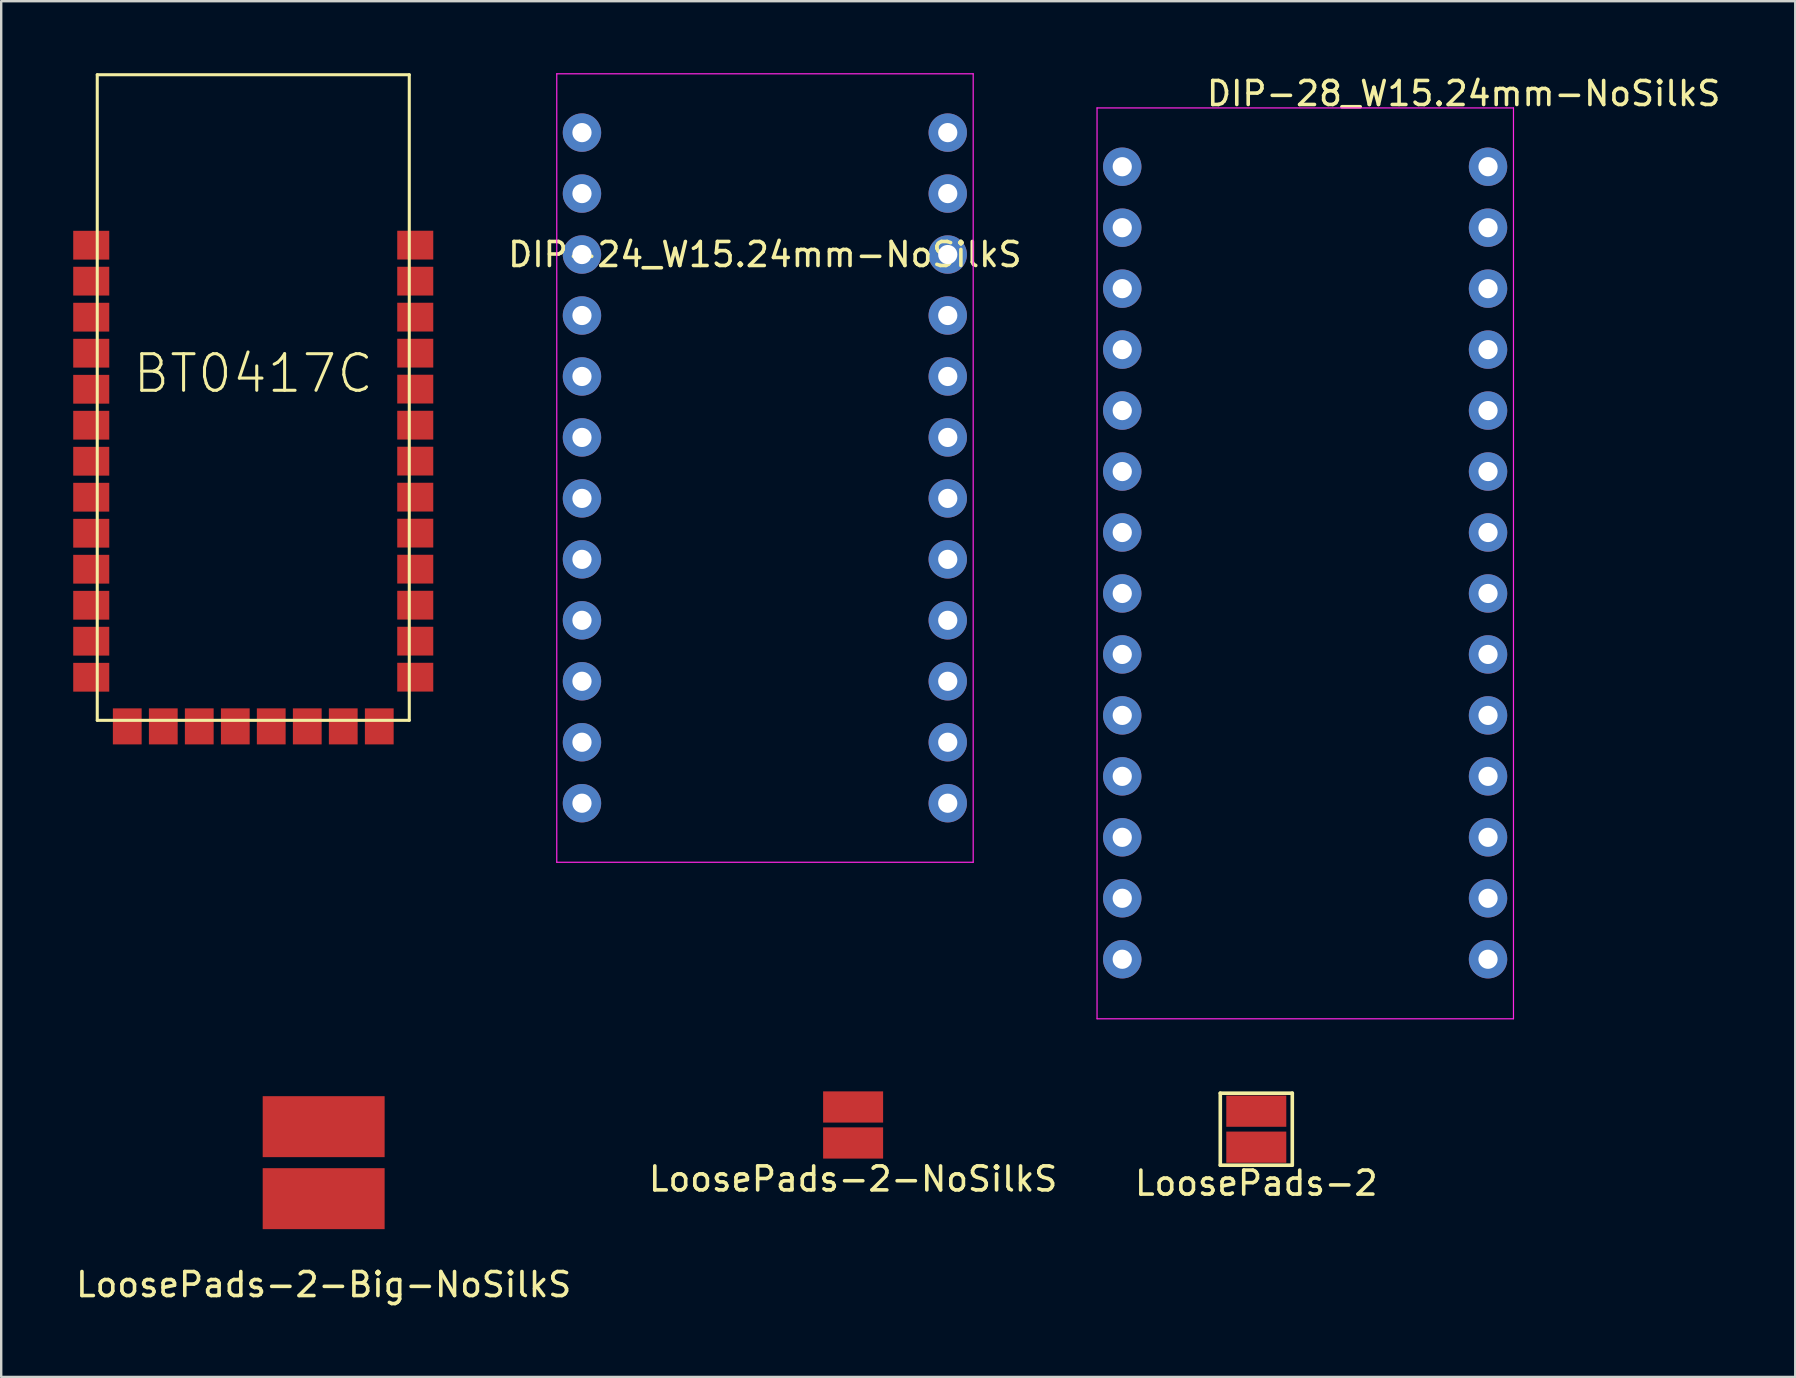
<source format=kicad_pcb>
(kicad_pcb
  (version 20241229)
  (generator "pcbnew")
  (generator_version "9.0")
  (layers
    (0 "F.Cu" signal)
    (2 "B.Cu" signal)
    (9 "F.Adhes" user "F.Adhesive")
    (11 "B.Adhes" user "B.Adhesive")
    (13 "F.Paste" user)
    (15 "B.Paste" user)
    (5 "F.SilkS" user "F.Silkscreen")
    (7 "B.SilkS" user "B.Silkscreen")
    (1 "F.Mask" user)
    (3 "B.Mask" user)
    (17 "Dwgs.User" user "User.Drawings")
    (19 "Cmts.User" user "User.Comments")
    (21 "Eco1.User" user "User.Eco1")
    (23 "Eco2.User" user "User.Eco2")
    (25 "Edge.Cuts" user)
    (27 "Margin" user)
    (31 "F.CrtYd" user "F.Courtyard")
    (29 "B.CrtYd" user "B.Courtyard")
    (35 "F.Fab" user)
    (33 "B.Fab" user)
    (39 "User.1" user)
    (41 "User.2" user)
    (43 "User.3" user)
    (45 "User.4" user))
  (footprint "LoosePads-2-Big-NoSilkS"
    (layer "F.Cu")
    (at 10.435 45.391)
    (property "Reference" "LoosePads-2-Big-NoSilkS" (at 0 5.08 0) (layer "F.SilkS") (effects (font (size 1 1) (thickness 0.15))))
    (attr through_hole)
    (pad "" smd rect (at 0 -1.6) (size 5.48 2.74) (layers "F.Mask"))
    (pad "" smd rect (at 0 1.6) (size 5.48 2.74) (layers "F.Mask"))
    (pad "1" smd rect (at 0 -1.5) (size 5.08 2.54) (layers "F.Cu" "F.Paste"))
    (pad "2" smd rect (at 0 1.5) (size 5.08 2.54) (layers "F.Cu" "F.Mask" "F.Paste")))
  (footprint "LoosePads-2-NoSilkS"
    (layer "F.Cu")
    (at 32.494 43.821)
    (property "Reference" "LoosePads-2-NoSilkS" (at 0 2.25 0) (layer "F.SilkS") (effects (font (size 1 1) (thickness 0.15))))
    (attr through_hole)
    (pad "1" smd rect (at 0 -0.75) (size 2.5 1.3) (layers "F.Cu" "F.Mask" "F.Paste"))
    (pad "2" smd rect (at 0 0.75) (size 2.5 1.3) (layers "F.Cu" "F.Mask" "F.Paste")))
  (footprint "BT0417C"
    (layer "F.Cu")
    (at 7.502 13.513)
    (property "Reference" "BT0417C" (at 0 -1.001 0) (layer "F.SilkS") (effects (font (size 1.524 1.524) (thickness 0.127))))
    (attr through_hole)
    (fp_line (start -6.5 -13.449) (end -6.5 13.449) (stroke (width 0.127) (type solid)) (layer "F.SilkS"))
    (fp_line (start -6.5 13.449) (end 6.5 13.449) (stroke (width 0.127) (type solid)) (layer "F.SilkS"))
    (fp_line (start 6.5 -13.449) (end -6.5 -13.449) (stroke (width 0.127) (type solid)) (layer "F.SilkS"))
    (fp_line (start 6.5 13.449) (end 6.5 -13.449) (stroke (width 0.127) (type solid)) (layer "F.SilkS"))
    (pad "1" smd rect (at -6.751 -6.347) (size 1.501 1.199) (layers "F.Cu" "F.Mask" "F.Paste"))
    (pad "2" smd rect (at -6.751 -4.849) (size 1.501 1.199) (layers "F.Cu" "F.Mask" "F.Paste"))
    (pad "3" smd rect (at -6.751 -3.348) (size 1.501 1.199) (layers "F.Cu" "F.Mask" "F.Paste"))
    (pad "4" smd rect (at -6.751 -1.847) (size 1.501 1.199) (layers "F.Cu" "F.Mask" "F.Paste"))
    (pad "5" smd rect (at -6.751 -0.345) (size 1.501 1.199) (layers "F.Cu" "F.Mask" "F.Paste"))
    (pad "6" smd rect (at -6.751 1.153) (size 1.501 1.199) (layers "F.Cu" "F.Mask" "F.Paste"))
    (pad "7" smd rect (at -6.751 2.654) (size 1.501 1.199) (layers "F.Cu" "F.Mask" "F.Paste"))
    (pad "8" smd rect (at -6.751 4.153) (size 1.501 1.199) (layers "F.Cu" "F.Mask" "F.Paste"))
    (pad "9" smd rect (at -6.751 5.654) (size 1.501 1.199) (layers "F.Cu" "F.Mask" "F.Paste"))
    (pad "10" smd rect (at -6.751 7.153) (size 1.501 1.199) (layers "F.Cu" "F.Mask" "F.Paste"))
    (pad "11" smd rect (at -6.751 8.654) (size 1.501 1.199) (layers "F.Cu" "F.Mask" "F.Paste"))
    (pad "12" smd rect (at -6.751 10.152) (size 1.501 1.199) (layers "F.Cu" "F.Mask" "F.Paste"))
    (pad "13" smd rect (at -6.751 11.654) (size 1.501 1.199) (layers "F.Cu" "F.Mask" "F.Paste"))
    (pad "14" smd rect (at -5.25 13.701 90) (size 1.501 1.199) (layers "F.Cu" "F.Mask" "F.Paste"))
    (pad "15" smd rect (at -3.749 13.701 90) (size 1.501 1.199) (layers "F.Cu" "F.Mask" "F.Paste"))
    (pad "16" smd rect (at -2.25 13.701 90) (size 1.501 1.199) (layers "F.Cu" "F.Mask" "F.Paste"))
    (pad "17" smd rect (at -0.749 13.701 90) (size 1.501 1.199) (layers "F.Cu" "F.Mask" "F.Paste"))
    (pad "18" smd rect (at 0.749 13.701 90) (size 1.501 1.199) (layers "F.Cu" "F.Mask" "F.Paste"))
    (pad "19" smd rect (at 2.25 13.701 90) (size 1.501 1.199) (layers "F.Cu" "F.Mask" "F.Paste"))
    (pad "20" smd rect (at 3.749 13.701 90) (size 1.501 1.199) (layers "F.Cu" "F.Mask" "F.Paste"))
    (pad "21" smd rect (at 5.25 13.701 90) (size 1.501 1.199) (layers "F.Cu" "F.Mask" "F.Paste"))
    (pad "22" smd rect (at 6.749 11.651) (size 1.501 1.199) (layers "F.Cu" "F.Mask" "F.Paste"))
    (pad "23" smd rect (at 6.749 10.15) (size 1.501 1.199) (layers "F.Cu" "F.Mask" "F.Paste"))
    (pad "24" smd rect (at 6.749 8.651) (size 1.501 1.199) (layers "F.Cu" "F.Mask" "F.Paste"))
    (pad "25" smd rect (at 6.749 7.15) (size 1.501 1.199) (layers "F.Cu" "F.Mask" "F.Paste"))
    (pad "26" smd rect (at 6.749 5.649) (size 1.501 1.199) (layers "F.Cu" "F.Mask" "F.Paste"))
    (pad "27" smd rect (at 6.749 4.15) (size 1.501 1.199) (layers "F.Cu" "F.Mask" "F.Paste"))
    (pad "28" smd rect (at 6.749 2.649) (size 1.501 1.199) (layers "F.Cu" "F.Mask" "F.Paste"))
    (pad "29" smd rect (at 6.749 1.151) (size 1.501 1.199) (layers "F.Cu" "F.Mask" "F.Paste"))
    (pad "30" smd rect (at 6.749 -0.351) (size 1.501 1.199) (layers "F.Cu" "F.Mask" "F.Paste"))
    (pad "31" smd rect (at 6.749 -1.849) (size 1.501 1.199) (layers "F.Cu" "F.Mask" "F.Paste"))
    (pad "32" smd rect (at 6.749 -3.35) (size 1.501 1.199) (layers "F.Cu" "F.Mask" "F.Paste"))
    (pad "33" smd rect (at 6.749 -4.849) (size 1.501 1.199) (layers "F.Cu" "F.Mask" "F.Paste"))
    (pad "34" smd rect (at 6.749 -6.35) (size 1.501 1.199) (layers "F.Cu" "F.Mask" "F.Paste")))
  (footprint "LoosePads-2"
    (layer "F.Cu")
    (at 49.292 43.996)
    (property "Reference" "LoosePads-2" (at 0 2.25 0) (layer "F.SilkS") (effects (font (size 1 1) (thickness 0.15))))
    (attr through_hole)
    (fp_line (start -1.5 -1.5) (end 1.5 -1.5) (stroke (width 0.15) (type solid)) (layer "F.SilkS"))
    (fp_line (start -1.5 1.5) (end -1.5 -1.5) (stroke (width 0.15) (type solid)) (layer "F.SilkS"))
    (fp_line (start 1.5 -1.5) (end 1.5 1.5) (stroke (width 0.15) (type solid)) (layer "F.SilkS"))
    (fp_line (start 1.5 1.5) (end -1.5 1.5) (stroke (width 0.15) (type solid)) (layer "F.SilkS"))
    (pad "1" smd rect (at 0 -0.75) (size 2.5 1.3) (layers "F.Cu" "F.Mask" "F.Paste"))
    (pad "2" smd rect (at 0 0.75) (size 2.5 1.3) (layers "F.Cu" "F.Mask" "F.Paste")))
  (footprint "DIP-24_W15.24mm-NoSilkS"
    (layer "F.Cu")
    (at 21.197 2.475)
    (property "Reference" "DIP-24_W15.24mm-NoSilkS" (at 7.62 5.08 0) (layer "F.SilkS") (effects (font (size 1 1) (thickness 0.15))))
    (attr through_hole)
    (fp_line (start -1.05 -2.45) (end -1.05 30.4) (stroke (width 0.05) (type solid)) (layer "F.CrtYd"))
    (fp_line (start -1.05 -2.45) (end 16.3 -2.45) (stroke (width 0.05) (type solid)) (layer "F.CrtYd"))
    (fp_line (start -1.05 30.4) (end 16.3 30.4) (stroke (width 0.05) (type solid)) (layer "F.CrtYd"))
    (fp_line (start 16.3 -2.45) (end 16.3 30.4) (stroke (width 0.05) (type solid)) (layer "F.CrtYd"))
    (pad "1" thru_hole oval (at 0 0) (size 1.6 1.6) (drill 0.8) (layers "*.Cu" "*.Mask"))
    (pad "2" thru_hole oval (at 0 2.54) (size 1.6 1.6) (drill 0.8) (layers "*.Cu" "*.Mask"))
    (pad "3" thru_hole oval (at 0 5.08) (size 1.6 1.6) (drill 0.8) (layers "*.Cu" "*.Mask"))
    (pad "4" thru_hole oval (at 0 7.62) (size 1.6 1.6) (drill 0.8) (layers "*.Cu" "*.Mask"))
    (pad "5" thru_hole oval (at 0 10.16) (size 1.6 1.6) (drill 0.8) (layers "*.Cu" "*.Mask"))
    (pad "6" thru_hole oval (at 0 12.7) (size 1.6 1.6) (drill 0.8) (layers "*.Cu" "*.Mask"))
    (pad "7" thru_hole oval (at 0 15.24) (size 1.6 1.6) (drill 0.8) (layers "*.Cu" "*.Mask"))
    (pad "8" thru_hole oval (at 0 17.78) (size 1.6 1.6) (drill 0.8) (layers "*.Cu" "*.Mask"))
    (pad "9" thru_hole oval (at 0 20.32) (size 1.6 1.6) (drill 0.8) (layers "*.Cu" "*.Mask"))
    (pad "10" thru_hole oval (at 0 22.86) (size 1.6 1.6) (drill 0.8) (layers "*.Cu" "*.Mask"))
    (pad "11" thru_hole oval (at 0 25.4) (size 1.6 1.6) (drill 0.8) (layers "*.Cu" "*.Mask"))
    (pad "12" thru_hole oval (at 0 27.94) (size 1.6 1.6) (drill 0.8) (layers "*.Cu" "*.Mask"))
    (pad "13" thru_hole oval (at 15.24 27.94) (size 1.6 1.6) (drill 0.8) (layers "*.Cu" "*.Mask"))
    (pad "14" thru_hole oval (at 15.24 25.4) (size 1.6 1.6) (drill 0.8) (layers "*.Cu" "*.Mask"))
    (pad "15" thru_hole oval (at 15.24 22.86) (size 1.6 1.6) (drill 0.8) (layers "*.Cu" "*.Mask"))
    (pad "16" thru_hole oval (at 15.24 20.32) (size 1.6 1.6) (drill 0.8) (layers "*.Cu" "*.Mask"))
    (pad "17" thru_hole oval (at 15.24 17.78) (size 1.6 1.6) (drill 0.8) (layers "*.Cu" "*.Mask"))
    (pad "18" thru_hole oval (at 15.24 15.24) (size 1.6 1.6) (drill 0.8) (layers "*.Cu" "*.Mask"))
    (pad "19" thru_hole oval (at 15.24 12.7) (size 1.6 1.6) (drill 0.8) (layers "*.Cu" "*.Mask"))
    (pad "20" thru_hole oval (at 15.24 10.16) (size 1.6 1.6) (drill 0.8) (layers "*.Cu" "*.Mask"))
    (pad "21" thru_hole oval (at 15.24 7.62) (size 1.6 1.6) (drill 0.8) (layers "*.Cu" "*.Mask"))
    (pad "22" thru_hole oval (at 15.24 5.08) (size 1.6 1.6) (drill 0.8) (layers "*.Cu" "*.Mask"))
    (pad "23" thru_hole oval (at 15.24 2.54) (size 1.6 1.6) (drill 0.8) (layers "*.Cu" "*.Mask"))
    (pad "24" thru_hole oval (at 15.24 0) (size 1.6 1.6) (drill 0.8) (layers "*.Cu" "*.Mask")))
  (footprint "DIP-28_W15.24mm-NoSilkS"
    (layer "F.Cu")
    (at 43.707 3.896)
    (property "Reference" "DIP-28_W15.24mm-NoSilkS" (at 14.224 -3.048 0) (layer "F.SilkS") (effects (font (size 1 1) (thickness 0.15))))
    (attr through_hole)
    (fp_line (start -1.05 -2.45) (end -1.05 35.5) (stroke (width 0.05) (type solid)) (layer "F.CrtYd"))
    (fp_line (start -1.05 -2.45) (end 16.3 -2.45) (stroke (width 0.05) (type solid)) (layer "F.CrtYd"))
    (fp_line (start -1.05 35.5) (end 16.3 35.5) (stroke (width 0.05) (type solid)) (layer "F.CrtYd"))
    (fp_line (start 16.3 -2.45) (end 16.3 35.5) (stroke (width 0.05) (type solid)) (layer "F.CrtYd"))
    (pad "1" thru_hole oval (at 0 0) (size 1.6 1.6) (drill 0.8) (layers "*.Cu" "*.Mask"))
    (pad "2" thru_hole oval (at 0 2.54) (size 1.6 1.6) (drill 0.8) (layers "*.Cu" "*.Mask"))
    (pad "3" thru_hole oval (at 0 5.08) (size 1.6 1.6) (drill 0.8) (layers "*.Cu" "*.Mask"))
    (pad "4" thru_hole oval (at 0 7.62) (size 1.6 1.6) (drill 0.8) (layers "*.Cu" "*.Mask"))
    (pad "5" thru_hole oval (at 0 10.16) (size 1.6 1.6) (drill 0.8) (layers "*.Cu" "*.Mask"))
    (pad "6" thru_hole oval (at 0 12.7) (size 1.6 1.6) (drill 0.8) (layers "*.Cu" "*.Mask"))
    (pad "7" thru_hole oval (at 0 15.24) (size 1.6 1.6) (drill 0.8) (layers "*.Cu" "*.Mask"))
    (pad "8" thru_hole oval (at 0 17.78) (size 1.6 1.6) (drill 0.8) (layers "*.Cu" "*.Mask"))
    (pad "9" thru_hole oval (at 0 20.32) (size 1.6 1.6) (drill 0.8) (layers "*.Cu" "*.Mask"))
    (pad "10" thru_hole oval (at 0 22.86) (size 1.6 1.6) (drill 0.8) (layers "*.Cu" "*.Mask"))
    (pad "11" thru_hole oval (at 0 25.4) (size 1.6 1.6) (drill 0.8) (layers "*.Cu" "*.Mask"))
    (pad "12" thru_hole oval (at 0 27.94) (size 1.6 1.6) (drill 0.8) (layers "*.Cu" "*.Mask"))
    (pad "13" thru_hole oval (at 0 30.48) (size 1.6 1.6) (drill 0.8) (layers "*.Cu" "*.Mask"))
    (pad "14" thru_hole oval (at 0 33.02) (size 1.6 1.6) (drill 0.8) (layers "*.Cu" "*.Mask"))
    (pad "15" thru_hole oval (at 15.24 33.02) (size 1.6 1.6) (drill 0.8) (layers "*.Cu" "*.Mask"))
    (pad "16" thru_hole oval (at 15.24 30.48) (size 1.6 1.6) (drill 0.8) (layers "*.Cu" "*.Mask"))
    (pad "17" thru_hole oval (at 15.24 27.94) (size 1.6 1.6) (drill 0.8) (layers "*.Cu" "*.Mask"))
    (pad "18" thru_hole oval (at 15.24 25.4) (size 1.6 1.6) (drill 0.8) (layers "*.Cu" "*.Mask"))
    (pad "19" thru_hole oval (at 15.24 22.86) (size 1.6 1.6) (drill 0.8) (layers "*.Cu" "*.Mask"))
    (pad "20" thru_hole oval (at 15.24 20.32) (size 1.6 1.6) (drill 0.8) (layers "*.Cu" "*.Mask"))
    (pad "21" thru_hole oval (at 15.24 17.78) (size 1.6 1.6) (drill 0.8) (layers "*.Cu" "*.Mask"))
    (pad "22" thru_hole oval (at 15.24 15.24) (size 1.6 1.6) (drill 0.8) (layers "*.Cu" "*.Mask"))
    (pad "23" thru_hole oval (at 15.24 12.7) (size 1.6 1.6) (drill 0.8) (layers "*.Cu" "*.Mask"))
    (pad "24" thru_hole oval (at 15.24 10.16) (size 1.6 1.6) (drill 0.8) (layers "*.Cu" "*.Mask"))
    (pad "25" thru_hole oval (at 15.24 7.62) (size 1.6 1.6) (drill 0.8) (layers "*.Cu" "*.Mask"))
    (pad "26" thru_hole oval (at 15.24 5.08) (size 1.6 1.6) (drill 0.8) (layers "*.Cu" "*.Mask"))
    (pad "27" thru_hole oval (at 15.24 2.54) (size 1.6 1.6) (drill 0.8) (layers "*.Cu" "*.Mask"))
    (pad "28" thru_hole oval (at 15.24 0) (size 1.6 1.6) (drill 0.8) (layers "*.Cu" "*.Mask")))
  (gr_rect
    (start -3 -3)
    (end 71.747 54.319)
    (stroke (width 0.1) (type default))
    (fill no)
    (layer "Edge.Cuts")))
</source>
